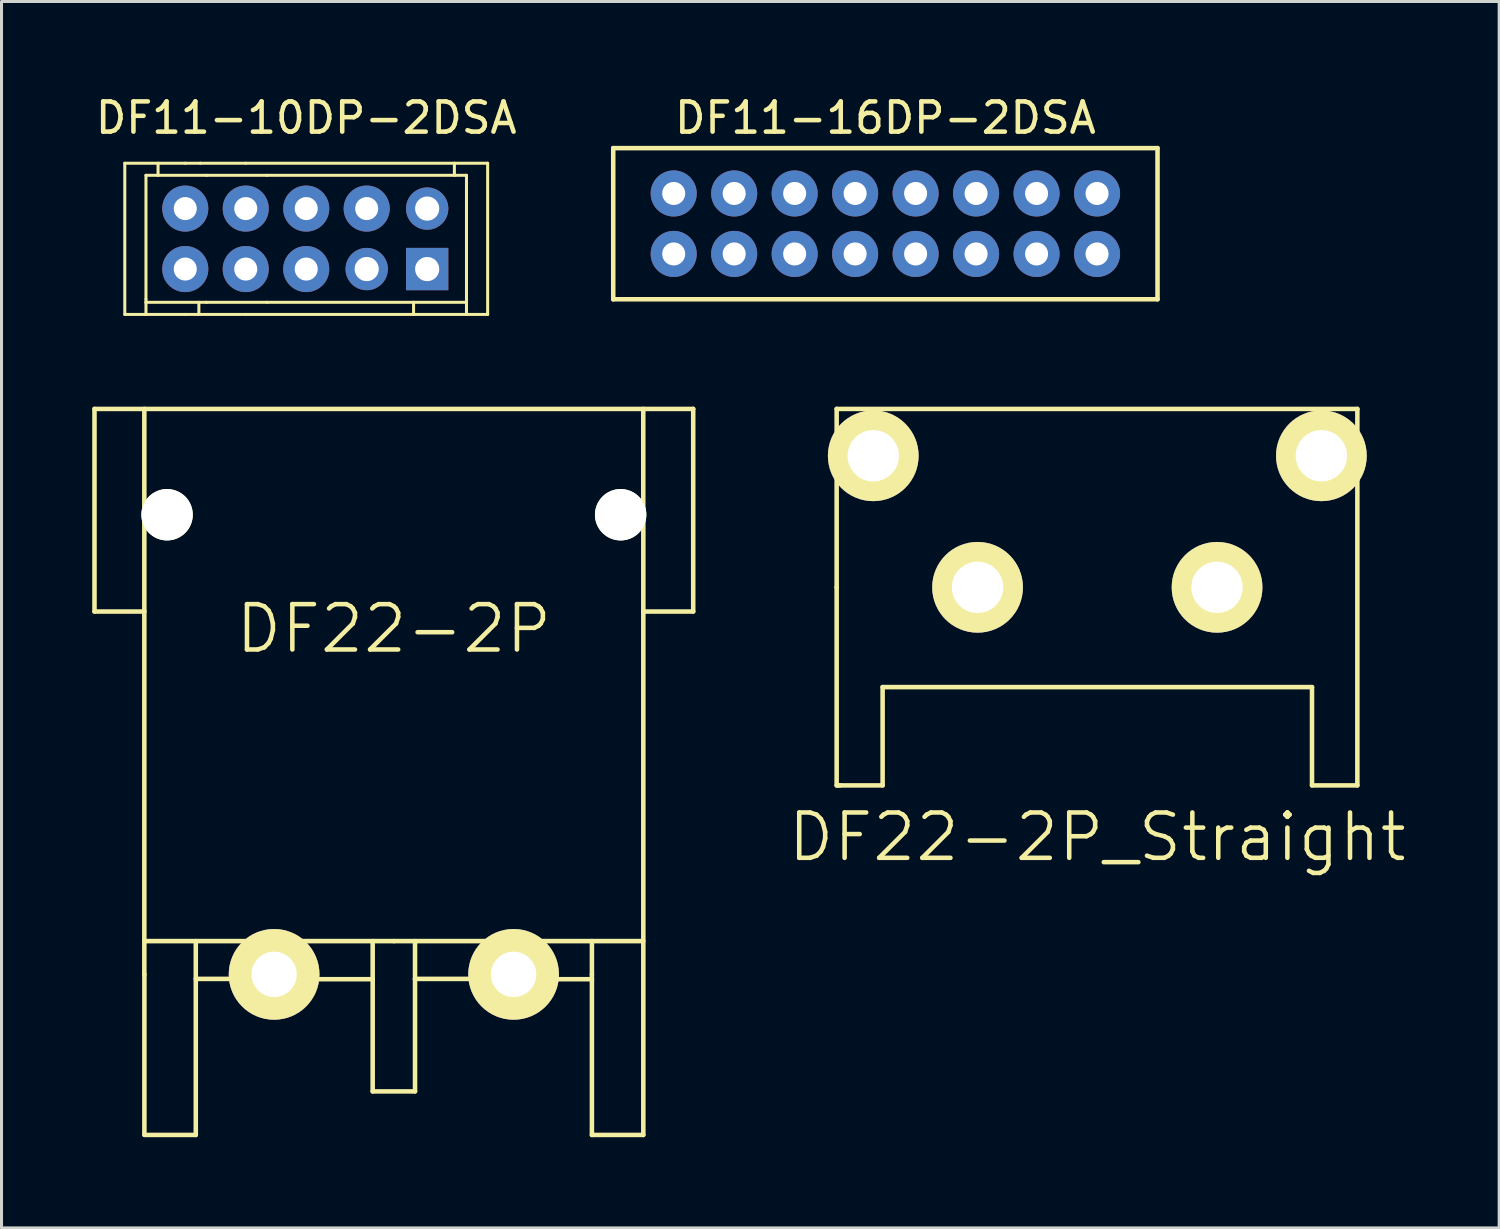
<source format=kicad_pcb>
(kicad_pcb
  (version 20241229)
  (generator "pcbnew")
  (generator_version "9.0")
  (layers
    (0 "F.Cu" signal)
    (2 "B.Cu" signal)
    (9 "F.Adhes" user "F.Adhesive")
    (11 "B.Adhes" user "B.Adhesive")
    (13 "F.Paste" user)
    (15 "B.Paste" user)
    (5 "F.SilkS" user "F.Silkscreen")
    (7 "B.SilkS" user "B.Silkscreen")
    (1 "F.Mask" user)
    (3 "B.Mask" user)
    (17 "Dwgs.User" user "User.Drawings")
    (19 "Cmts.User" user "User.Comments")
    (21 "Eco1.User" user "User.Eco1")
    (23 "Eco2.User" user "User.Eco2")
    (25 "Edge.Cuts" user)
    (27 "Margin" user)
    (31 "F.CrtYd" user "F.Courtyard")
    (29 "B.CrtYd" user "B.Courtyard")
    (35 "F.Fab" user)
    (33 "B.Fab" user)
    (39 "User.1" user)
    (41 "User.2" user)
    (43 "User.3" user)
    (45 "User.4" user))
  (footprint "DF22-2P_Straight"
    (layer "F.Cu")
    (at 33.239 16.373)
    (property "Reference" "DF22-2P_Straight" (at 0 8.26 0) (layer "F.SilkS") (effects (font (size 1.5 1.5) (thickness 0.15))))
    (attr through_hole)
    (fp_line (start -8.62 -5.9) (end 8.6 -5.9) (stroke (width 0.15) (type solid)) (layer "F.SilkS"))
    (fp_line (start -8.62 0) (end -8.62 -5.9) (stroke (width 0.15) (type solid)) (layer "F.SilkS"))
    (fp_line (start -8.62 0) (end -8.62 6.55) (stroke (width 0.15) (type solid)) (layer "F.SilkS"))
    (fp_line (start -8.62 6.55) (end -8.51 6.55) (stroke (width 0.15) (type solid)) (layer "F.SilkS"))
    (fp_line (start -7.1 3.3) (end -7.1 6.55) (stroke (width 0.15) (type solid)) (layer "F.SilkS"))
    (fp_line (start -7.1 6.55) (end -8.6 6.55) (stroke (width 0.15) (type solid)) (layer "F.SilkS"))
    (fp_line (start 7.1 3.3) (end -7.1 3.3) (stroke (width 0.15) (type solid)) (layer "F.SilkS"))
    (fp_line (start 7.1 6.55) (end 7.1 3.3) (stroke (width 0.15) (type solid)) (layer "F.SilkS"))
    (fp_line (start 8.6 -5.9) (end 8.6 6.55) (stroke (width 0.15) (type solid)) (layer "F.SilkS"))
    (fp_line (start 8.6 6.55) (end 7.1 6.55) (stroke (width 0.15) (type solid)) (layer "F.SilkS"))
    (pad "" np_thru_hole circle (at -7.41 -4.35) (size 3 3) (drill 1.7) (layers "*.Cu" "*.Mask" "F.SilkS"))
    (pad "" np_thru_hole circle (at 7.41 -4.35) (size 3 3) (drill 1.7) (layers "*.Cu" "*.Mask" "F.SilkS"))
    (pad "1" thru_hole circle (at 3.96 0) (size 3 3) (drill 1.7) (layers "*.Cu" "*.Mask" "F.SilkS"))
    (pad "2" thru_hole circle (at -3.96 0) (size 3 3) (drill 1.7) (layers "*.Cu" "*.Mask" "F.SilkS")))
  (footprint "DF22-2P"
    (layer "F.Cu")
    (at 9.975 29.173)
    (property "Reference" "DF22-2P" (at 0 -11.43 0) (layer "F.SilkS") (effects (font (size 1.5 1.5) (thickness 0.15))))
    (attr through_hole)
    (fp_line (start -9.9 -18.7) (end 9.9 -18.7) (stroke (width 0.15) (type solid)) (layer "F.SilkS"))
    (fp_line (start -9.9 -12) (end -9.9 -18.7) (stroke (width 0.15) (type solid)) (layer "F.SilkS"))
    (fp_line (start -8.252 0) (end -8.252 -18.7) (stroke (width 0.15) (type solid)) (layer "F.SilkS"))
    (fp_line (start -8.25 -12) (end -9.9 -12) (stroke (width 0.15) (type solid)) (layer "F.SilkS"))
    (fp_line (start -8.25 0) (end -8.25 5.3) (stroke (width 0.15) (type solid)) (layer "F.SilkS"))
    (fp_line (start -6.55 -1.1) (end -6.55 5.31) (stroke (width 0.15) (type solid)) (layer "F.SilkS"))
    (fp_line (start -6.55 5.31) (end -8.25 5.31) (stroke (width 0.15) (type solid)) (layer "F.SilkS"))
    (fp_line (start -4.712 0) (end -4.712 -1.1) (stroke (width 0.15) (type solid)) (layer "F.SilkS"))
    (fp_line (start -4.712 0) (end -4.712 0.15) (stroke (width 0.15) (type solid)) (layer "F.SilkS"))
    (fp_line (start -4.71 0.15) (end -6.55 0.15) (stroke (width 0.15) (type solid)) (layer "F.SilkS"))
    (fp_line (start -3.212 0) (end -4.712 0) (stroke (width 0.15) (type solid)) (layer "F.SilkS"))
    (fp_line (start -3.212 0) (end -3.212 -1.1) (stroke (width 0.15) (type solid)) (layer "F.SilkS"))
    (fp_line (start -3.212 0) (end -3.212 0.15) (stroke (width 0.15) (type solid)) (layer "F.SilkS"))
    (fp_line (start -0.7 0.16) (end -3.21 0.16) (stroke (width 0.15) (type solid)) (layer "F.SilkS"))
    (fp_line (start -0.7 0.16) (end -0.7 -1.1) (stroke (width 0.15) (type solid)) (layer "F.SilkS"))
    (fp_line (start -0.7 0.16) (end -0.7 3.87) (stroke (width 0.15) (type solid)) (layer "F.SilkS"))
    (fp_line (start -0.7 3.87) (end 0.7 3.87) (stroke (width 0.15) (type solid)) (layer "F.SilkS"))
    (fp_line (start -0.002 -1.1) (end -8.252 -1.1) (stroke (width 0.15) (type solid)) (layer "F.SilkS"))
    (fp_line (start 0 -1.1) (end 8.25 -1.1) (stroke (width 0.15) (type solid)) (layer "F.SilkS"))
    (fp_line (start 0.7 0.15) (end 0.7 -1.1) (stroke (width 0.15) (type solid)) (layer "F.SilkS"))
    (fp_line (start 0.7 0.15) (end 3.21 0.15) (stroke (width 0.15) (type solid)) (layer "F.SilkS"))
    (fp_line (start 0.7 3.87) (end 0.7 0.15) (stroke (width 0.15) (type solid)) (layer "F.SilkS"))
    (fp_line (start 3.208 0) (end 3.208 -1.1) (stroke (width 0.15) (type solid)) (layer "F.SilkS"))
    (fp_line (start 3.208 0.15) (end 3.208 0) (stroke (width 0.15) (type solid)) (layer "F.SilkS"))
    (fp_line (start 4.708 0) (end 3.208 0) (stroke (width 0.15) (type solid)) (layer "F.SilkS"))
    (fp_line (start 4.708 0) (end 4.708 -1.1) (stroke (width 0.15) (type solid)) (layer "F.SilkS"))
    (fp_line (start 4.708 0) (end 4.708 0.15) (stroke (width 0.15) (type solid)) (layer "F.SilkS"))
    (fp_line (start 4.71 0.16) (end 6.55 0.16) (stroke (width 0.15) (type solid)) (layer "F.SilkS"))
    (fp_line (start 6.55 0) (end 6.55 -1.1) (stroke (width 0.15) (type solid)) (layer "F.SilkS"))
    (fp_line (start 6.55 0) (end 6.55 5.31) (stroke (width 0.15) (type solid)) (layer "F.SilkS"))
    (fp_line (start 8.248 -15.2) (end 8.248 -18.7) (stroke (width 0.15) (type solid)) (layer "F.SilkS"))
    (fp_line (start 8.25 -15.2) (end 8.25 5.31) (stroke (width 0.15) (type solid)) (layer "F.SilkS"))
    (fp_line (start 8.25 -12) (end 9.9 -12) (stroke (width 0.15) (type solid)) (layer "F.SilkS"))
    (fp_line (start 8.25 5.31) (end 6.55 5.31) (stroke (width 0.15) (type solid)) (layer "F.SilkS"))
    (fp_line (start 9.9 -12) (end 9.9 -18.7) (stroke (width 0.15) (type solid)) (layer "F.SilkS"))
    (pad "" np_thru_hole circle (at -7.5 -15.2) (size 1.7 1.7) (drill 1.7) (layers "*.Cu" "*.Mask" "F.SilkS"))
    (pad "" np_thru_hole circle (at 7.5 -15.2) (size 1.7 1.7) (drill 1.7) (layers "*.Cu" "*.Mask" "F.SilkS"))
    (pad "1" thru_hole circle (at 3.96 0) (size 3 3) (drill 1.5) (layers "*.Cu" "*.Mask" "F.SilkS"))
    (pad "2" thru_hole circle (at -3.96 0) (size 3 3) (drill 1.5) (layers "*.Cu" "*.Mask" "F.SilkS")))
  (footprint "DF11-10DP-2DSA"
    (layer "F.Cu")
    (at 7.077 4.848)
    (property "Reference" "DF11-10DP-2DSA" (at 0 -4 0) (layer "F.SilkS") (effects (font (size 1 1) (thickness 0.15))))
    (attr through_hole)
    (fp_line (start -6 -2.5) (end -6 2.5) (stroke (width 0.1) (type solid)) (layer "F.SilkS"))
    (fp_line (start -6 2.5) (end -4 2.5) (stroke (width 0.1) (type solid)) (layer "F.SilkS"))
    (fp_line (start -5.3 -2.1) (end -5.3 2) (stroke (width 0.1) (type solid)) (layer "F.SilkS"))
    (fp_line (start -5.3 2) (end -5.3 2.1) (stroke (width 0.1) (type solid)) (layer "F.SilkS"))
    (fp_line (start -5.3 2.1) (end -5.3 2.5) (stroke (width 0.1) (type solid)) (layer "F.SilkS"))
    (fp_line (start -5.3 2.1) (end -3.3 2.1) (stroke (width 0.1) (type solid)) (layer "F.SilkS"))
    (fp_line (start -4.9 -2.1) (end -4.9 -2.5) (stroke (width 0.1) (type solid)) (layer "F.SilkS"))
    (fp_line (start -4 -2.5) (end -6 -2.5) (stroke (width 0.1) (type solid)) (layer "F.SilkS"))
    (fp_line (start -4 2.5) (end -2 2.5) (stroke (width 0.1) (type solid)) (layer "F.SilkS"))
    (fp_line (start -3.55 2.1) (end -3.55 2.5) (stroke (width 0.1) (type solid)) (layer "F.SilkS"))
    (fp_line (start -3.5 -2.5) (end -4 -2.5) (stroke (width 0.1) (type solid)) (layer "F.SilkS"))
    (fp_line (start -3.3 -2.1) (end -5.3 -2.1) (stroke (width 0.1) (type solid)) (layer "F.SilkS"))
    (fp_line (start -3.3 -2.1) (end -1.3 -2.1) (stroke (width 0.1) (type solid)) (layer "F.SilkS"))
    (fp_line (start -2 -2.5) (end -3.5 -2.5) (stroke (width 0.1) (type solid)) (layer "F.SilkS"))
    (fp_line (start -2 -2.5) (end 6 -2.5) (stroke (width 0.1) (type solid)) (layer "F.SilkS"))
    (fp_line (start -2 2.5) (end 6 2.5) (stroke (width 0.1) (type solid)) (layer "F.SilkS"))
    (fp_line (start -1.3 -2.1) (end 5.3 -2.1) (stroke (width 0.1) (type solid)) (layer "F.SilkS"))
    (fp_line (start -1.3 2.1) (end -3.3 2.1) (stroke (width 0.1) (type solid)) (layer "F.SilkS"))
    (fp_line (start -1.3 2.1) (end 5.3 2.1) (stroke (width 0.1) (type solid)) (layer "F.SilkS"))
    (fp_line (start 3.55 2.1) (end 3.55 2.5) (stroke (width 0.1) (type solid)) (layer "F.SilkS"))
    (fp_line (start 4.9 -2.1) (end 4.9 -2.5) (stroke (width 0.1) (type solid)) (layer "F.SilkS"))
    (fp_line (start 5.3 2.5) (end 5.3 -2.1) (stroke (width 0.1) (type solid)) (layer "F.SilkS"))
    (fp_line (start 6 2.5) (end 6 -2.5) (stroke (width 0.1) (type solid)) (layer "F.SilkS"))
    (pad "1" thru_hole rect (at 4 1) (size 1.4 1.4) (drill 0.8) (layers "*.Cu" "*.Mask"))
    (pad "2" thru_hole circle (at 4 -1) (size 1.4 1.4) (drill 0.8) (layers "*.Cu" "*.Mask"))
    (pad "3" thru_hole circle (at 2 1) (size 1.4 1.4) (drill 0.8) (layers "*.Cu" "*.Mask"))
    (pad "4" thru_hole circle (at 2 -1) (size 1.524 1.524) (drill 0.762) (layers "*.Cu" "*.Mask"))
    (pad "5" thru_hole circle (at 0 1) (size 1.524 1.524) (drill 0.762) (layers "*.Cu" "*.Mask"))
    (pad "6" thru_hole circle (at 0 -1) (size 1.524 1.524) (drill 0.762) (layers "*.Cu" "*.Mask"))
    (pad "7" thru_hole circle (at -2 1) (size 1.524 1.524) (drill 0.762) (layers "*.Cu" "*.Mask"))
    (pad "8" thru_hole circle (at -2 -1) (size 1.524 1.524) (drill 0.762) (layers "*.Cu" "*.Mask"))
    (pad "9" thru_hole circle (at -4 1) (size 1.524 1.524) (drill 0.762) (layers "*.Cu" "*.Mask"))
    (pad "10" thru_hole circle (at -4 -1) (size 1.524 1.524) (drill 0.762) (layers "*.Cu" "*.Mask")))
  (footprint "DF11-16DP-2DSA"
    (layer "F.Cu")
    (at 26.23 4.348)
    (property "Reference" "DF11-16DP-2DSA" (at 0 -3.5 0) (layer "F.SilkS") (effects (font (size 1 1) (thickness 0.15))))
    (attr through_hole)
    (fp_line (start -9 -2.5) (end -9 2.5) (stroke (width 0.15) (type solid)) (layer "F.SilkS"))
    (fp_line (start -9 2.5) (end 9 2.5) (stroke (width 0.15) (type solid)) (layer "F.SilkS"))
    (fp_line (start 9 -2.5) (end -9 -2.5) (stroke (width 0.15) (type solid)) (layer "F.SilkS"))
    (fp_line (start 9 -2.5) (end 9 2.5) (stroke (width 0.15) (type solid)) (layer "F.SilkS"))
    (pad "1" thru_hole circle (at 7 1) (size 1.524 1.524) (drill 0.762) (layers "*.Cu" "*.Mask"))
    (pad "2" thru_hole circle (at 7 -1) (size 1.524 1.524) (drill 0.762) (layers "*.Cu" "*.Mask"))
    (pad "3" thru_hole circle (at 5 1) (size 1.524 1.524) (drill 0.762) (layers "*.Cu" "*.Mask"))
    (pad "4" thru_hole circle (at 5 -1) (size 1.524 1.524) (drill 0.762) (layers "*.Cu" "*.Mask"))
    (pad "5" thru_hole circle (at 3 1) (size 1.524 1.524) (drill 0.762) (layers "*.Cu" "*.Mask"))
    (pad "6" thru_hole circle (at 3 -1) (size 1.524 1.524) (drill 0.762) (layers "*.Cu" "*.Mask"))
    (pad "7" thru_hole circle (at 1 1) (size 1.524 1.524) (drill 0.762) (layers "*.Cu" "*.Mask"))
    (pad "8" thru_hole circle (at 1 -1) (size 1.524 1.524) (drill 0.762) (layers "*.Cu" "*.Mask"))
    (pad "9" thru_hole circle (at -1 1) (size 1.524 1.524) (drill 0.762) (layers "*.Cu" "*.Mask"))
    (pad "10" thru_hole circle (at -1 -1) (size 1.524 1.524) (drill 0.762) (layers "*.Cu" "*.Mask"))
    (pad "11" thru_hole circle (at -3 1) (size 1.524 1.524) (drill 0.762) (layers "*.Cu" "*.Mask"))
    (pad "12" thru_hole circle (at -3 -1) (size 1.524 1.524) (drill 0.762) (layers "*.Cu" "*.Mask"))
    (pad "13" thru_hole circle (at -5 1) (size 1.524 1.524) (drill 0.762) (layers "*.Cu" "*.Mask"))
    (pad "14" thru_hole circle (at -5 -1) (size 1.524 1.524) (drill 0.762) (layers "*.Cu" "*.Mask"))
    (pad "15" thru_hole circle (at -7 1) (size 1.524 1.524) (drill 0.762) (layers "*.Cu" "*.Mask"))
    (pad "16" thru_hole circle (at -7 -1) (size 1.524 1.524) (drill 0.762) (layers "*.Cu" "*.Mask")))
  (gr_rect
    (start -3 -3)
    (end 46.529 37.558)
    (stroke (width 0.1) (type default))
    (fill no)
    (layer "Edge.Cuts")))
</source>
